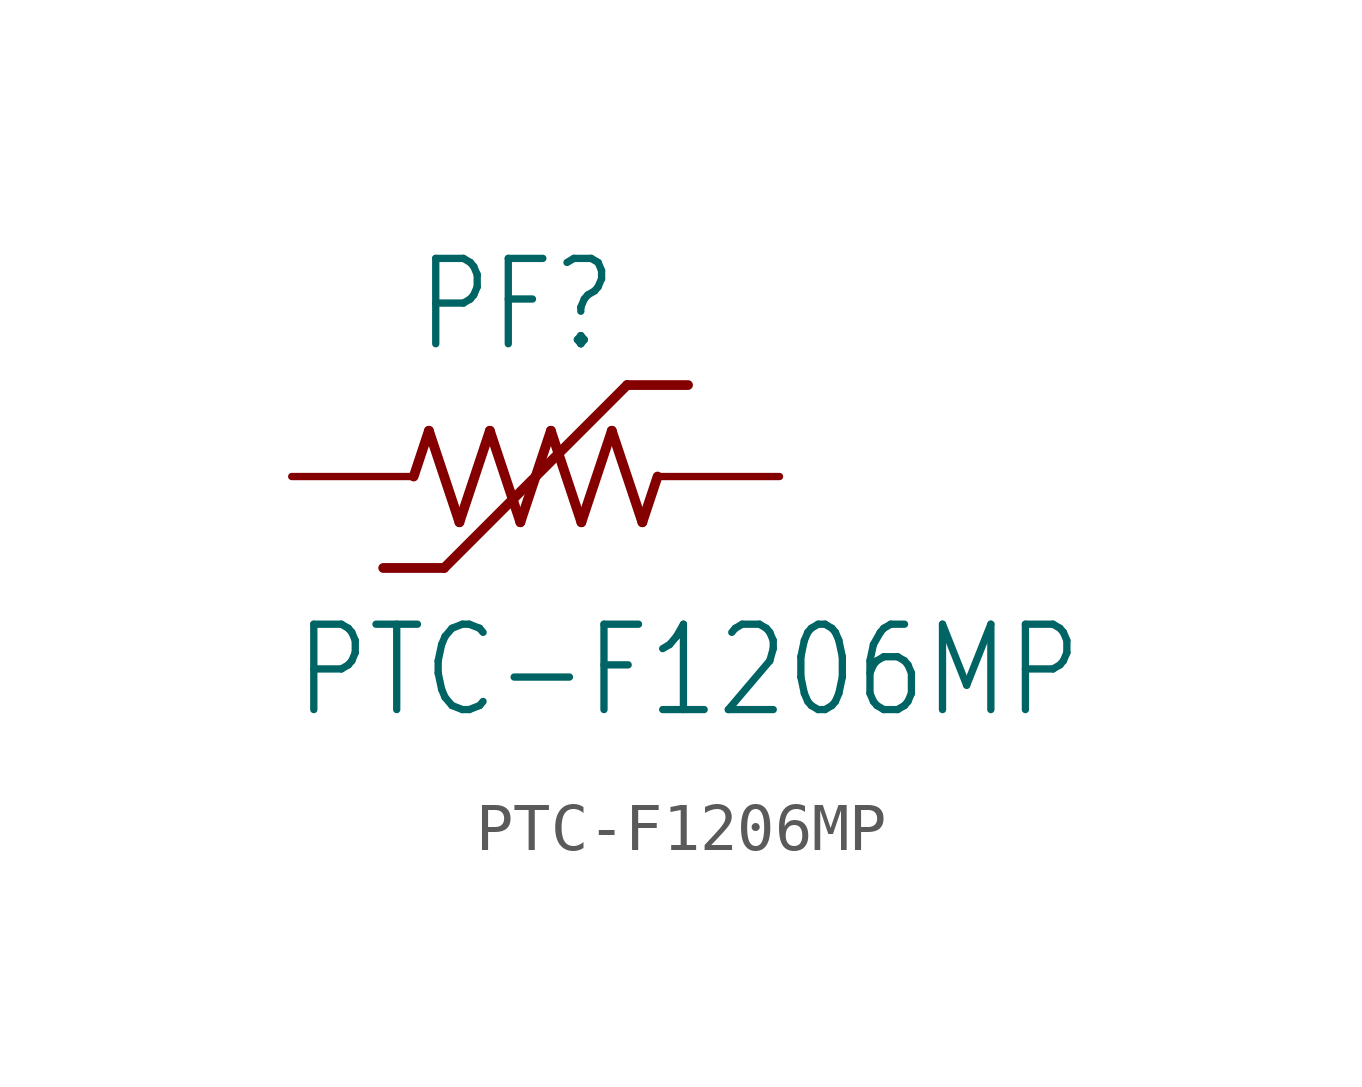
<source format=kicad_sym>
(kicad_symbol_lib
  (version 20211014)
  (generator kicad_symbol_editor)
  (symbol "PTC-F1206MP"
    (property "Reference" "PF"
      (at -2.54 2.54 0)
      (effects (font (size 1.778 1.511)) (justify left bottom)))
    (property "Value" "PTC-F1206MP"
      (at -5.08 -5.08 0)
      (effects (font (size 1.778 1.511)) (justify left bottom)))
    (property "ki_locked" ""
      (at 0 0 0)
      (effects (font (size 1.27 1.27))))
    (symbol "PTC-F1206MP_1_0"
      (polyline (pts (xy -2.54 0) (xy -2.223 0.953)) (stroke (width 0.203) (type default) (color 0 0 0 0)) (fill (type none)))
      (polyline (pts (xy -2.223 0.953) (xy -1.587 -0.953)) (stroke (width 0.203) (type default) (color 0 0 0 0)) (fill (type none)))
      (polyline (pts (xy -1.905 -1.905) (xy -3.175 -1.905)) (stroke (width 0.203) (type default) (color 0 0 0 0)) (fill (type none)))
      (polyline (pts (xy -1.587 -0.953) (xy -0.953 0.953)) (stroke (width 0.203) (type default) (color 0 0 0 0)) (fill (type none)))
      (polyline (pts (xy -0.953 0.953) (xy -0.318 -0.953)) (stroke (width 0.203) (type default) (color 0 0 0 0)) (fill (type none)))
      (polyline (pts (xy -0.318 -0.953) (xy 0.318 0.953)) (stroke (width 0.203) (type default) (color 0 0 0 0)) (fill (type none)))
      (polyline (pts (xy 0.318 0.953) (xy 0.953 -0.953)) (stroke (width 0.203) (type default) (color 0 0 0 0)) (fill (type none)))
      (polyline (pts (xy 0.953 -0.953) (xy 1.587 0.953)) (stroke (width 0.203) (type default) (color 0 0 0 0)) (fill (type none)))
      (polyline (pts (xy 1.587 0.953) (xy 2.223 -0.953)) (stroke (width 0.203) (type default) (color 0 0 0 0)) (fill (type none)))
      (polyline (pts (xy 1.905 1.905) (xy -1.905 -1.905)) (stroke (width 0.203) (type default) (color 0 0 0 0)) (fill (type none)))
      (polyline (pts (xy 2.223 -0.953) (xy 2.54 0)) (stroke (width 0.203) (type default) (color 0 0 0 0)) (fill (type none)))
      (polyline (pts (xy 3.175 1.905) (xy 1.905 1.905)) (stroke (width 0.203) (type default) (color 0 0 0 0)) (fill (type none)))
      (pin passive line (at -5.08 0 0) (length 2.54) (name "1" (effects (font (size 0 0)))) (number "1" (effects (font (size 0 0)))))
      (pin passive line (at 5.08 0 180) (length 2.54) (name "2" (effects (font (size 0 0)))) (number "2" (effects (font (size 0 0))))))))
</source>
